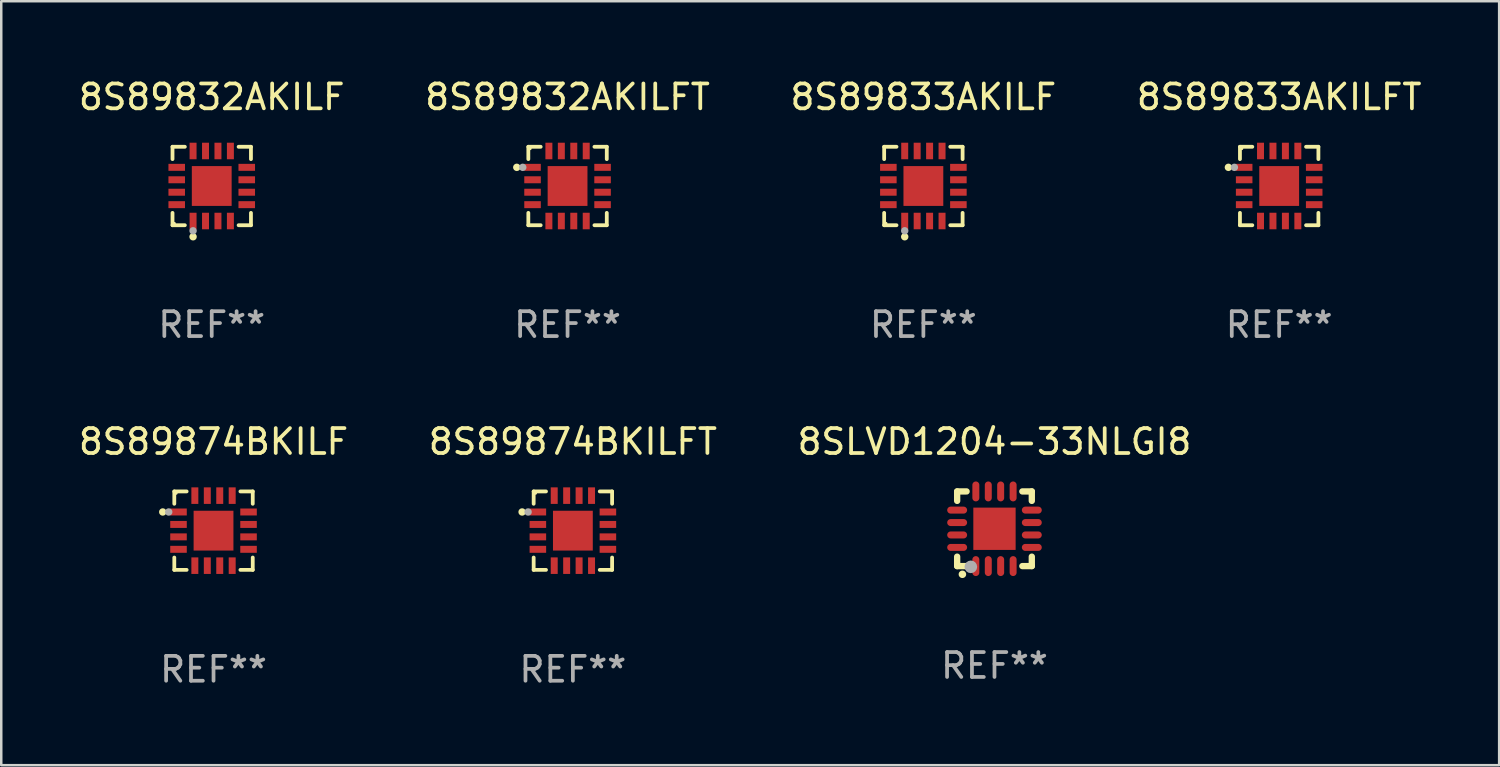
<source format=kicad_pcb>
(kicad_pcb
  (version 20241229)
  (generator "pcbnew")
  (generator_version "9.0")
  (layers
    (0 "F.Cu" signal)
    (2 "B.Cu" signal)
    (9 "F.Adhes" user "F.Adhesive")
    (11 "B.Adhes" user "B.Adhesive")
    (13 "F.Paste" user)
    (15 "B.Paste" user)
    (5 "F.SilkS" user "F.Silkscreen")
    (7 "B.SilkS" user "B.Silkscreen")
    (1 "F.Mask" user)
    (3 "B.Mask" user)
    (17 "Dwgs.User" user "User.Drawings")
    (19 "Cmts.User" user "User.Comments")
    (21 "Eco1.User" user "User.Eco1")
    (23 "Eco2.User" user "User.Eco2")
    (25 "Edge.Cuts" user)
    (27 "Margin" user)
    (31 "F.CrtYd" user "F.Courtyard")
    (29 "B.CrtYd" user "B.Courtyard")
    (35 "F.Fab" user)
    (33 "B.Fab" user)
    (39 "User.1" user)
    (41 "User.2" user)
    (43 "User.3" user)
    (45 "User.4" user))
  (footprint "8S89833AKILFT"
    (layer "F.Cu")
    (at 48.351 4.424)
    (property "Reference" "8S89833AKILFT" (at 0 -3.576 0) (layer "F.SilkS") (effects (font (size 1 1) (thickness 0.15))))
    (attr through_hole)
    (fp_line (start -1.576 -1.576) (end -1.576 -1.08) (stroke (width 0.152) (type solid)) (layer "F.SilkS"))
    (fp_line (start -1.576 1.576) (end -1.576 1.08) (stroke (width 0.152) (type solid)) (layer "F.SilkS"))
    (fp_line (start -1.08 -1.576) (end -1.576 -1.576) (stroke (width 0.152) (type solid)) (layer "F.SilkS"))
    (fp_line (start -1.08 1.576) (end -1.576 1.576) (stroke (width 0.152) (type solid)) (layer "F.SilkS"))
    (fp_line (start 1.08 -1.576) (end 1.576 -1.576) (stroke (width 0.152) (type solid)) (layer "F.SilkS"))
    (fp_line (start 1.08 1.576) (end 1.576 1.576) (stroke (width 0.152) (type solid)) (layer "F.SilkS"))
    (fp_line (start 1.576 -1.576) (end 1.576 -1.08) (stroke (width 0.152) (type solid)) (layer "F.SilkS"))
    (fp_line (start 1.576 1.576) (end 1.576 1.08) (stroke (width 0.152) (type solid)) (layer "F.SilkS"))
    (fp_circle (center -2.04 -0.75) (end -1.965 -0.75) (stroke (width 0.15) (type solid)) (fill no) (layer "F.SilkS"))
    (fp_circle (center -1.5 -1.5) (end -1.47 -1.5) (stroke (width 0.06) (type solid)) (fill no) (layer "F.SilkS"))
    (fp_circle (center -1.8 -0.75) (end -1.725 -0.75) (stroke (width 0.15) (type solid)) (fill no) (layer "F.Fab"))
    (fp_text user "REF**" (at 0 5.576 0) (layer "F.Fab") (effects (font (size 1 1) (thickness 0.15))))
    (pad "1" smd rect (at -1.407 -0.75 270) (size 0.28 0.665) (layers "F.Cu" "F.Mask" "F.Paste"))
    (pad "2" smd rect (at -1.407 -0.25 270) (size 0.28 0.665) (layers "F.Cu" "F.Mask" "F.Paste"))
    (pad "3" smd rect (at -1.407 0.25 270) (size 0.28 0.665) (layers "F.Cu" "F.Mask" "F.Paste"))
    (pad "4" smd rect (at -1.407 0.75 270) (size 0.28 0.665) (layers "F.Cu" "F.Mask" "F.Paste"))
    (pad "5" smd rect (at -0.75 1.407 270) (size 0.665 0.28) (layers "F.Cu" "F.Mask" "F.Paste"))
    (pad "6" smd rect (at -0.25 1.407 270) (size 0.665 0.28) (layers "F.Cu" "F.Mask" "F.Paste"))
    (pad "7" smd rect (at 0.25 1.407 270) (size 0.665 0.28) (layers "F.Cu" "F.Mask" "F.Paste"))
    (pad "8" smd rect (at 0.75 1.407 270) (size 0.665 0.28) (layers "F.Cu" "F.Mask" "F.Paste"))
    (pad "9" smd rect (at 1.407 0.75 270) (size 0.28 0.665) (layers "F.Cu" "F.Mask" "F.Paste"))
    (pad "10" smd rect (at 1.407 0.25 270) (size 0.28 0.665) (layers "F.Cu" "F.Mask" "F.Paste"))
    (pad "11" smd rect (at 1.407 -0.25 270) (size 0.28 0.665) (layers "F.Cu" "F.Mask" "F.Paste"))
    (pad "12" smd rect (at 1.407 -0.75 270) (size 0.28 0.665) (layers "F.Cu" "F.Mask" "F.Paste"))
    (pad "13" smd rect (at 0.75 -1.407 270) (size 0.665 0.28) (layers "F.Cu" "F.Mask" "F.Paste"))
    (pad "14" smd rect (at 0.25 -1.407 270) (size 0.665 0.28) (layers "F.Cu" "F.Mask" "F.Paste"))
    (pad "15" smd rect (at -0.25 -1.407 270) (size 0.665 0.28) (layers "F.Cu" "F.Mask" "F.Paste"))
    (pad "16" smd rect (at -0.75 -1.407 270) (size 0.665 0.28) (layers "F.Cu" "F.Mask" "F.Paste"))
    (pad "17" smd rect (at 0 0 270) (size 1.6 1.6) (layers "F.Cu" "F.Mask" "F.Paste")))
  (footprint "8SLVD1204-33NLGI8"
    (layer "F.Cu")
    (at 36.911 18.197)
    (property "Reference" "8SLVD1204-33NLGI8" (at 0 -3.5 0) (layer "F.SilkS") (effects (font (size 1 1) (thickness 0.15))))
    (attr through_hole)
    (fp_line (start -1.5 -1.5) (end -1.121 -1.5) (stroke (width 0.254) (type solid)) (layer "F.SilkS"))
    (fp_line (start -1.5 -1.12) (end -1.5 -1.5) (stroke (width 0.254) (type solid)) (layer "F.SilkS"))
    (fp_line (start -1.5 1.5) (end -1.5 1.121) (stroke (width 0.254) (type solid)) (layer "F.SilkS"))
    (fp_line (start -1.121 1.5) (end -1.5 1.5) (stroke (width 0.254) (type solid)) (layer "F.SilkS"))
    (fp_line (start 1.12 -1.5) (end 1.5 -1.5) (stroke (width 0.254) (type solid)) (layer "F.SilkS"))
    (fp_line (start 1.5 -1.5) (end 1.5 -1.12) (stroke (width 0.254) (type solid)) (layer "F.SilkS"))
    (fp_line (start 1.5 1.121) (end 1.5 1.5) (stroke (width 0.254) (type solid)) (layer "F.SilkS"))
    (fp_line (start 1.5 1.5) (end 1.12 1.5) (stroke (width 0.254) (type solid)) (layer "F.SilkS"))
    (fp_arc (start -1.290005 1.83001) (mid -1.288735 1.830005) (end -1.287465 1.83001) (stroke (width 0.3) (type solid)) (layer "F.SilkS"))
    (fp_circle (center -1.5 1.5) (end -1.47 1.5) (stroke (width 0.06) (type solid)) (fill no) (layer "F.SilkS"))
    (fp_circle (center -0.95 1.53) (end -0.823 1.53) (stroke (width 0.254) (type solid)) (fill no) (layer "F.Fab"))
    (fp_text user "REF**" (at 0 5.5 0) (layer "F.Fab") (effects (font (size 1 1) (thickness 0.15))))
    (pad "1" smd oval (at -0.749 1.5 180) (size 0.28 0.8) (layers "F.Cu" "F.Mask" "F.Paste"))
    (pad "2" smd oval (at -0.249 1.5 180) (size 0.28 0.8) (layers "F.Cu" "F.Mask" "F.Paste"))
    (pad "3" smd oval (at 0.249 1.5 180) (size 0.28 0.8) (layers "F.Cu" "F.Mask" "F.Paste"))
    (pad "4" smd oval (at 0.749 1.5 180) (size 0.28 0.8) (layers "F.Cu" "F.Mask" "F.Paste"))
    (pad "5" smd oval (at 1.5 0.749 90) (size 0.28 0.8) (layers "F.Cu" "F.Mask" "F.Paste"))
    (pad "6" smd oval (at 1.5 0.249 90) (size 0.28 0.8) (layers "F.Cu" "F.Mask" "F.Paste"))
    (pad "7" smd oval (at 1.5 -0.249 90) (size 0.28 0.8) (layers "F.Cu" "F.Mask" "F.Paste"))
    (pad "8" smd oval (at 1.5 -0.749 90) (size 0.28 0.8) (layers "F.Cu" "F.Mask" "F.Paste"))
    (pad "9" smd oval (at 0.749 -1.5 180) (size 0.28 0.8) (layers "F.Cu" "F.Mask" "F.Paste"))
    (pad "10" smd oval (at 0.249 -1.5 180) (size 0.28 0.8) (layers "F.Cu" "F.Mask" "F.Paste"))
    (pad "11" smd oval (at -0.249 -1.5 180) (size 0.28 0.8) (layers "F.Cu" "F.Mask" "F.Paste"))
    (pad "12" smd oval (at -0.749 -1.5 180) (size 0.28 0.8) (layers "F.Cu" "F.Mask" "F.Paste"))
    (pad "13" smd oval (at -1.5 -0.749 90) (size 0.28 0.8) (layers "F.Cu" "F.Mask" "F.Paste"))
    (pad "14" smd oval (at -1.5 -0.249 90) (size 0.28 0.8) (layers "F.Cu" "F.Mask" "F.Paste"))
    (pad "15" smd oval (at -1.5 0.249 90) (size 0.28 0.8) (layers "F.Cu" "F.Mask" "F.Paste"))
    (pad "16" smd oval (at -1.5 0.749 90) (size 0.28 0.8) (layers "F.Cu" "F.Mask" "F.Paste"))
    (pad "17" smd rect (at -0.000114 0.000114 90) (size 1.7 1.7) (layers "F.Cu" "F.Mask" "F.Paste")))
  (footprint "8S89832AKILFT"
    (layer "F.Cu")
    (at 19.756 4.424)
    (property "Reference" "8S89832AKILFT" (at 0 -3.576 0) (layer "F.SilkS") (effects (font (size 1 1) (thickness 0.15))))
    (attr through_hole)
    (fp_line (start -1.576 -1.576) (end -1.576 -1.08) (stroke (width 0.152) (type solid)) (layer "F.SilkS"))
    (fp_line (start -1.576 1.576) (end -1.576 1.08) (stroke (width 0.152) (type solid)) (layer "F.SilkS"))
    (fp_line (start -1.08 -1.576) (end -1.576 -1.576) (stroke (width 0.152) (type solid)) (layer "F.SilkS"))
    (fp_line (start -1.08 1.576) (end -1.576 1.576) (stroke (width 0.152) (type solid)) (layer "F.SilkS"))
    (fp_line (start 1.08 -1.576) (end 1.576 -1.576) (stroke (width 0.152) (type solid)) (layer "F.SilkS"))
    (fp_line (start 1.08 1.576) (end 1.576 1.576) (stroke (width 0.152) (type solid)) (layer "F.SilkS"))
    (fp_line (start 1.576 -1.576) (end 1.576 -1.08) (stroke (width 0.152) (type solid)) (layer "F.SilkS"))
    (fp_line (start 1.576 1.576) (end 1.576 1.08) (stroke (width 0.152) (type solid)) (layer "F.SilkS"))
    (fp_circle (center -2.04 -0.75) (end -1.965 -0.75) (stroke (width 0.15) (type solid)) (fill no) (layer "F.SilkS"))
    (fp_circle (center -1.5 -1.5) (end -1.47 -1.5) (stroke (width 0.06) (type solid)) (fill no) (layer "F.SilkS"))
    (fp_circle (center -1.8 -0.75) (end -1.725 -0.75) (stroke (width 0.15) (type solid)) (fill no) (layer "F.Fab"))
    (fp_text user "REF**" (at 0 5.576 0) (layer "F.Fab") (effects (font (size 1 1) (thickness 0.15))))
    (pad "1" smd rect (at -1.407 -0.75 270) (size 0.28 0.665) (layers "F.Cu" "F.Mask" "F.Paste"))
    (pad "2" smd rect (at -1.407 -0.25 270) (size 0.28 0.665) (layers "F.Cu" "F.Mask" "F.Paste"))
    (pad "3" smd rect (at -1.407 0.25 270) (size 0.28 0.665) (layers "F.Cu" "F.Mask" "F.Paste"))
    (pad "4" smd rect (at -1.407 0.75 270) (size 0.28 0.665) (layers "F.Cu" "F.Mask" "F.Paste"))
    (pad "5" smd rect (at -0.75 1.407 270) (size 0.665 0.28) (layers "F.Cu" "F.Mask" "F.Paste"))
    (pad "6" smd rect (at -0.25 1.407 270) (size 0.665 0.28) (layers "F.Cu" "F.Mask" "F.Paste"))
    (pad "7" smd rect (at 0.25 1.407 270) (size 0.665 0.28) (layers "F.Cu" "F.Mask" "F.Paste"))
    (pad "8" smd rect (at 0.75 1.407 270) (size 0.665 0.28) (layers "F.Cu" "F.Mask" "F.Paste"))
    (pad "9" smd rect (at 1.407 0.75 270) (size 0.28 0.665) (layers "F.Cu" "F.Mask" "F.Paste"))
    (pad "10" smd rect (at 1.407 0.25 270) (size 0.28 0.665) (layers "F.Cu" "F.Mask" "F.Paste"))
    (pad "11" smd rect (at 1.407 -0.25 270) (size 0.28 0.665) (layers "F.Cu" "F.Mask" "F.Paste"))
    (pad "12" smd rect (at 1.407 -0.75 270) (size 0.28 0.665) (layers "F.Cu" "F.Mask" "F.Paste"))
    (pad "13" smd rect (at 0.75 -1.407 270) (size 0.665 0.28) (layers "F.Cu" "F.Mask" "F.Paste"))
    (pad "14" smd rect (at 0.25 -1.407 270) (size 0.665 0.28) (layers "F.Cu" "F.Mask" "F.Paste"))
    (pad "15" smd rect (at -0.25 -1.407 270) (size 0.665 0.28) (layers "F.Cu" "F.Mask" "F.Paste"))
    (pad "16" smd rect (at -0.75 -1.407 270) (size 0.665 0.28) (layers "F.Cu" "F.Mask" "F.Paste"))
    (pad "17" smd rect (at 0 0 270) (size 1.6 1.6) (layers "F.Cu" "F.Mask" "F.Paste")))
  (footprint "8S89832AKILF"
    (layer "F.Cu")
    (at 5.458 4.424)
    (property "Reference" "8S89832AKILF" (at 0 -3.576 0) (layer "F.SilkS") (effects (font (size 1 1) (thickness 0.15))))
    (attr through_hole)
    (fp_line (start -1.576 -1.576) (end -1.08 -1.576) (stroke (width 0.152) (type solid)) (layer "F.SilkS"))
    (fp_line (start -1.576 -1.08) (end -1.576 -1.576) (stroke (width 0.152) (type solid)) (layer "F.SilkS"))
    (fp_line (start -1.576 1.08) (end -1.576 1.576) (stroke (width 0.152) (type solid)) (layer "F.SilkS"))
    (fp_line (start -1.576 1.576) (end -1.08 1.576) (stroke (width 0.152) (type solid)) (layer "F.SilkS"))
    (fp_line (start 1.576 -1.576) (end 1.08 -1.576) (stroke (width 0.152) (type solid)) (layer "F.SilkS"))
    (fp_line (start 1.576 -1.08) (end 1.576 -1.576) (stroke (width 0.152) (type solid)) (layer "F.SilkS"))
    (fp_line (start 1.576 1.08) (end 1.576 1.576) (stroke (width 0.152) (type solid)) (layer "F.SilkS"))
    (fp_line (start 1.576 1.576) (end 1.08 1.576) (stroke (width 0.152) (type solid)) (layer "F.SilkS"))
    (fp_circle (center -1.5 1.5) (end -1.47 1.5) (stroke (width 0.06) (type solid)) (fill no) (layer "F.SilkS"))
    (fp_circle (center -0.75 2.04) (end -0.675 2.04) (stroke (width 0.15) (type solid)) (fill no) (layer "F.SilkS"))
    (fp_circle (center -0.75 1.8) (end -0.675 1.8) (stroke (width 0.15) (type solid)) (fill no) (layer "F.Fab"))
    (fp_text user "REF**" (at 0 5.576 0) (layer "F.Fab") (effects (font (size 1 1) (thickness 0.15))))
    (pad "1" smd rect (at -0.75 1.407) (size 0.28 0.665) (layers "F.Cu" "F.Mask" "F.Paste"))
    (pad "2" smd rect (at -0.25 1.407) (size 0.28 0.665) (layers "F.Cu" "F.Mask" "F.Paste"))
    (pad "3" smd rect (at 0.25 1.407) (size 0.28 0.665) (layers "F.Cu" "F.Mask" "F.Paste"))
    (pad "4" smd rect (at 0.75 1.407) (size 0.28 0.665) (layers "F.Cu" "F.Mask" "F.Paste"))
    (pad "5" smd rect (at 1.407 0.75) (size 0.665 0.28) (layers "F.Cu" "F.Mask" "F.Paste"))
    (pad "6" smd rect (at 1.407 0.25) (size 0.665 0.28) (layers "F.Cu" "F.Mask" "F.Paste"))
    (pad "7" smd rect (at 1.407 -0.25) (size 0.665 0.28) (layers "F.Cu" "F.Mask" "F.Paste"))
    (pad "8" smd rect (at 1.407 -0.75) (size 0.665 0.28) (layers "F.Cu" "F.Mask" "F.Paste"))
    (pad "9" smd rect (at 0.75 -1.407) (size 0.28 0.665) (layers "F.Cu" "F.Mask" "F.Paste"))
    (pad "10" smd rect (at 0.25 -1.407) (size 0.28 0.665) (layers "F.Cu" "F.Mask" "F.Paste"))
    (pad "11" smd rect (at -0.25 -1.407) (size 0.28 0.665) (layers "F.Cu" "F.Mask" "F.Paste"))
    (pad "12" smd rect (at -0.75 -1.407) (size 0.28 0.665) (layers "F.Cu" "F.Mask" "F.Paste"))
    (pad "13" smd rect (at -1.407 -0.75) (size 0.665 0.28) (layers "F.Cu" "F.Mask" "F.Paste"))
    (pad "14" smd rect (at -1.407 -0.25) (size 0.665 0.28) (layers "F.Cu" "F.Mask" "F.Paste"))
    (pad "15" smd rect (at -1.407 0.25) (size 0.665 0.28) (layers "F.Cu" "F.Mask" "F.Paste"))
    (pad "16" smd rect (at -1.407 0.75) (size 0.665 0.28) (layers "F.Cu" "F.Mask" "F.Paste"))
    (pad "17" smd rect (at 0 0) (size 1.6 1.6) (layers "F.Cu" "F.Mask" "F.Paste")))
  (footprint "8S89874BKILF"
    (layer "F.Cu")
    (at 5.53 18.273)
    (property "Reference" "8S89874BKILF" (at 0 -3.576 0) (layer "F.SilkS") (effects (font (size 1 1) (thickness 0.15))))
    (attr through_hole)
    (fp_line (start -1.576 -1.576) (end -1.576 -1.08) (stroke (width 0.152) (type solid)) (layer "F.SilkS"))
    (fp_line (start -1.576 1.576) (end -1.576 1.08) (stroke (width 0.152) (type solid)) (layer "F.SilkS"))
    (fp_line (start -1.08 -1.576) (end -1.576 -1.576) (stroke (width 0.152) (type solid)) (layer "F.SilkS"))
    (fp_line (start -1.08 1.576) (end -1.576 1.576) (stroke (width 0.152) (type solid)) (layer "F.SilkS"))
    (fp_line (start 1.08 -1.576) (end 1.576 -1.576) (stroke (width 0.152) (type solid)) (layer "F.SilkS"))
    (fp_line (start 1.08 1.576) (end 1.576 1.576) (stroke (width 0.152) (type solid)) (layer "F.SilkS"))
    (fp_line (start 1.576 -1.576) (end 1.576 -1.08) (stroke (width 0.152) (type solid)) (layer "F.SilkS"))
    (fp_line (start 1.576 1.576) (end 1.576 1.08) (stroke (width 0.152) (type solid)) (layer "F.SilkS"))
    (fp_circle (center -2.04 -0.75) (end -1.965 -0.75) (stroke (width 0.15) (type solid)) (fill no) (layer "F.SilkS"))
    (fp_circle (center -1.5 -1.5) (end -1.47 -1.5) (stroke (width 0.06) (type solid)) (fill no) (layer "F.SilkS"))
    (fp_circle (center -1.8 -0.75) (end -1.725 -0.75) (stroke (width 0.15) (type solid)) (fill no) (layer "F.Fab"))
    (fp_text user "REF**" (at 0 5.576 0) (layer "F.Fab") (effects (font (size 1 1) (thickness 0.15))))
    (pad "1" smd rect (at -1.407 -0.75 270) (size 0.28 0.665) (layers "F.Cu" "F.Mask" "F.Paste"))
    (pad "2" smd rect (at -1.407 -0.25 270) (size 0.28 0.665) (layers "F.Cu" "F.Mask" "F.Paste"))
    (pad "3" smd rect (at -1.407 0.25 270) (size 0.28 0.665) (layers "F.Cu" "F.Mask" "F.Paste"))
    (pad "4" smd rect (at -1.407 0.75 270) (size 0.28 0.665) (layers "F.Cu" "F.Mask" "F.Paste"))
    (pad "5" smd rect (at -0.75 1.407 270) (size 0.665 0.28) (layers "F.Cu" "F.Mask" "F.Paste"))
    (pad "6" smd rect (at -0.25 1.407 270) (size 0.665 0.28) (layers "F.Cu" "F.Mask" "F.Paste"))
    (pad "7" smd rect (at 0.25 1.407 270) (size 0.665 0.28) (layers "F.Cu" "F.Mask" "F.Paste"))
    (pad "8" smd rect (at 0.75 1.407 270) (size 0.665 0.28) (layers "F.Cu" "F.Mask" "F.Paste"))
    (pad "9" smd rect (at 1.407 0.75 270) (size 0.28 0.665) (layers "F.Cu" "F.Mask" "F.Paste"))
    (pad "10" smd rect (at 1.407 0.25 270) (size 0.28 0.665) (layers "F.Cu" "F.Mask" "F.Paste"))
    (pad "11" smd rect (at 1.407 -0.25 270) (size 0.28 0.665) (layers "F.Cu" "F.Mask" "F.Paste"))
    (pad "12" smd rect (at 1.407 -0.75 270) (size 0.28 0.665) (layers "F.Cu" "F.Mask" "F.Paste"))
    (pad "13" smd rect (at 0.75 -1.407 270) (size 0.665 0.28) (layers "F.Cu" "F.Mask" "F.Paste"))
    (pad "14" smd rect (at 0.25 -1.407 270) (size 0.665 0.28) (layers "F.Cu" "F.Mask" "F.Paste"))
    (pad "15" smd rect (at -0.25 -1.407 270) (size 0.665 0.28) (layers "F.Cu" "F.Mask" "F.Paste"))
    (pad "16" smd rect (at -0.75 -1.407 270) (size 0.665 0.28) (layers "F.Cu" "F.Mask" "F.Paste"))
    (pad "17" smd rect (at 0 0 270) (size 1.6 1.6) (layers "F.Cu" "F.Mask" "F.Paste")))
  (footprint "8S89874BKILFT"
    (layer "F.Cu")
    (at 19.97 18.273)
    (property "Reference" "8S89874BKILFT" (at 0 -3.576 0) (layer "F.SilkS") (effects (font (size 1 1) (thickness 0.15))))
    (attr through_hole)
    (fp_line (start -1.576 -1.576) (end -1.576 -1.08) (stroke (width 0.152) (type solid)) (layer "F.SilkS"))
    (fp_line (start -1.576 1.576) (end -1.576 1.08) (stroke (width 0.152) (type solid)) (layer "F.SilkS"))
    (fp_line (start -1.08 -1.576) (end -1.576 -1.576) (stroke (width 0.152) (type solid)) (layer "F.SilkS"))
    (fp_line (start -1.08 1.576) (end -1.576 1.576) (stroke (width 0.152) (type solid)) (layer "F.SilkS"))
    (fp_line (start 1.08 -1.576) (end 1.576 -1.576) (stroke (width 0.152) (type solid)) (layer "F.SilkS"))
    (fp_line (start 1.08 1.576) (end 1.576 1.576) (stroke (width 0.152) (type solid)) (layer "F.SilkS"))
    (fp_line (start 1.576 -1.576) (end 1.576 -1.08) (stroke (width 0.152) (type solid)) (layer "F.SilkS"))
    (fp_line (start 1.576 1.576) (end 1.576 1.08) (stroke (width 0.152) (type solid)) (layer "F.SilkS"))
    (fp_circle (center -2.04 -0.75) (end -1.965 -0.75) (stroke (width 0.15) (type solid)) (fill no) (layer "F.SilkS"))
    (fp_circle (center -1.5 -1.5) (end -1.47 -1.5) (stroke (width 0.06) (type solid)) (fill no) (layer "F.SilkS"))
    (fp_circle (center -1.8 -0.75) (end -1.725 -0.75) (stroke (width 0.15) (type solid)) (fill no) (layer "F.Fab"))
    (fp_text user "REF**" (at 0 5.576 0) (layer "F.Fab") (effects (font (size 1 1) (thickness 0.15))))
    (pad "1" smd rect (at -1.407 -0.75 270) (size 0.28 0.665) (layers "F.Cu" "F.Mask" "F.Paste"))
    (pad "2" smd rect (at -1.407 -0.25 270) (size 0.28 0.665) (layers "F.Cu" "F.Mask" "F.Paste"))
    (pad "3" smd rect (at -1.407 0.25 270) (size 0.28 0.665) (layers "F.Cu" "F.Mask" "F.Paste"))
    (pad "4" smd rect (at -1.407 0.75 270) (size 0.28 0.665) (layers "F.Cu" "F.Mask" "F.Paste"))
    (pad "5" smd rect (at -0.75 1.407 270) (size 0.665 0.28) (layers "F.Cu" "F.Mask" "F.Paste"))
    (pad "6" smd rect (at -0.25 1.407 270) (size 0.665 0.28) (layers "F.Cu" "F.Mask" "F.Paste"))
    (pad "7" smd rect (at 0.25 1.407 270) (size 0.665 0.28) (layers "F.Cu" "F.Mask" "F.Paste"))
    (pad "8" smd rect (at 0.75 1.407 270) (size 0.665 0.28) (layers "F.Cu" "F.Mask" "F.Paste"))
    (pad "9" smd rect (at 1.407 0.75 270) (size 0.28 0.665) (layers "F.Cu" "F.Mask" "F.Paste"))
    (pad "10" smd rect (at 1.407 0.25 270) (size 0.28 0.665) (layers "F.Cu" "F.Mask" "F.Paste"))
    (pad "11" smd rect (at 1.407 -0.25 270) (size 0.28 0.665) (layers "F.Cu" "F.Mask" "F.Paste"))
    (pad "12" smd rect (at 1.407 -0.75 270) (size 0.28 0.665) (layers "F.Cu" "F.Mask" "F.Paste"))
    (pad "13" smd rect (at 0.75 -1.407 270) (size 0.665 0.28) (layers "F.Cu" "F.Mask" "F.Paste"))
    (pad "14" smd rect (at 0.25 -1.407 270) (size 0.665 0.28) (layers "F.Cu" "F.Mask" "F.Paste"))
    (pad "15" smd rect (at -0.25 -1.407 270) (size 0.665 0.28) (layers "F.Cu" "F.Mask" "F.Paste"))
    (pad "16" smd rect (at -0.75 -1.407 270) (size 0.665 0.28) (layers "F.Cu" "F.Mask" "F.Paste"))
    (pad "17" smd rect (at 0 0 270) (size 1.6 1.6) (layers "F.Cu" "F.Mask" "F.Paste")))
  (footprint "8S89833AKILF"
    (layer "F.Cu")
    (at 34.054 4.424)
    (property "Reference" "8S89833AKILF" (at 0 -3.576 0) (layer "F.SilkS") (effects (font (size 1 1) (thickness 0.15))))
    (attr through_hole)
    (fp_line (start -1.576 -1.576) (end -1.08 -1.576) (stroke (width 0.152) (type solid)) (layer "F.SilkS"))
    (fp_line (start -1.576 -1.08) (end -1.576 -1.576) (stroke (width 0.152) (type solid)) (layer "F.SilkS"))
    (fp_line (start -1.576 1.08) (end -1.576 1.576) (stroke (width 0.152) (type solid)) (layer "F.SilkS"))
    (fp_line (start -1.576 1.576) (end -1.08 1.576) (stroke (width 0.152) (type solid)) (layer "F.SilkS"))
    (fp_line (start 1.576 -1.576) (end 1.08 -1.576) (stroke (width 0.152) (type solid)) (layer "F.SilkS"))
    (fp_line (start 1.576 -1.08) (end 1.576 -1.576) (stroke (width 0.152) (type solid)) (layer "F.SilkS"))
    (fp_line (start 1.576 1.08) (end 1.576 1.576) (stroke (width 0.152) (type solid)) (layer "F.SilkS"))
    (fp_line (start 1.576 1.576) (end 1.08 1.576) (stroke (width 0.152) (type solid)) (layer "F.SilkS"))
    (fp_circle (center -1.5 1.5) (end -1.47 1.5) (stroke (width 0.06) (type solid)) (fill no) (layer "F.SilkS"))
    (fp_circle (center -0.75 2.04) (end -0.675 2.04) (stroke (width 0.15) (type solid)) (fill no) (layer "F.SilkS"))
    (fp_circle (center -0.75 1.8) (end -0.675 1.8) (stroke (width 0.15) (type solid)) (fill no) (layer "F.Fab"))
    (fp_text user "REF**" (at 0 5.576 0) (layer "F.Fab") (effects (font (size 1 1) (thickness 0.15))))
    (pad "1" smd rect (at -0.75 1.407) (size 0.28 0.665) (layers "F.Cu" "F.Mask" "F.Paste"))
    (pad "2" smd rect (at -0.25 1.407) (size 0.28 0.665) (layers "F.Cu" "F.Mask" "F.Paste"))
    (pad "3" smd rect (at 0.25 1.407) (size 0.28 0.665) (layers "F.Cu" "F.Mask" "F.Paste"))
    (pad "4" smd rect (at 0.75 1.407) (size 0.28 0.665) (layers "F.Cu" "F.Mask" "F.Paste"))
    (pad "5" smd rect (at 1.407 0.75) (size 0.665 0.28) (layers "F.Cu" "F.Mask" "F.Paste"))
    (pad "6" smd rect (at 1.407 0.25) (size 0.665 0.28) (layers "F.Cu" "F.Mask" "F.Paste"))
    (pad "7" smd rect (at 1.407 -0.25) (size 0.665 0.28) (layers "F.Cu" "F.Mask" "F.Paste"))
    (pad "8" smd rect (at 1.407 -0.75) (size 0.665 0.28) (layers "F.Cu" "F.Mask" "F.Paste"))
    (pad "9" smd rect (at 0.75 -1.407) (size 0.28 0.665) (layers "F.Cu" "F.Mask" "F.Paste"))
    (pad "10" smd rect (at 0.25 -1.407) (size 0.28 0.665) (layers "F.Cu" "F.Mask" "F.Paste"))
    (pad "11" smd rect (at -0.25 -1.407) (size 0.28 0.665) (layers "F.Cu" "F.Mask" "F.Paste"))
    (pad "12" smd rect (at -0.75 -1.407) (size 0.28 0.665) (layers "F.Cu" "F.Mask" "F.Paste"))
    (pad "13" smd rect (at -1.407 -0.75) (size 0.665 0.28) (layers "F.Cu" "F.Mask" "F.Paste"))
    (pad "14" smd rect (at -1.407 -0.25) (size 0.665 0.28) (layers "F.Cu" "F.Mask" "F.Paste"))
    (pad "15" smd rect (at -1.407 0.25) (size 0.665 0.28) (layers "F.Cu" "F.Mask" "F.Paste"))
    (pad "16" smd rect (at -1.407 0.75) (size 0.665 0.28) (layers "F.Cu" "F.Mask" "F.Paste"))
    (pad "17" smd rect (at 0 0) (size 1.6 1.6) (layers "F.Cu" "F.Mask" "F.Paste")))
  (gr_rect
    (start -3 -3)
    (end 57.19 27.698)
    (stroke (width 0.1) (type default))
    (fill no)
    (layer "Edge.Cuts")))
</source>
